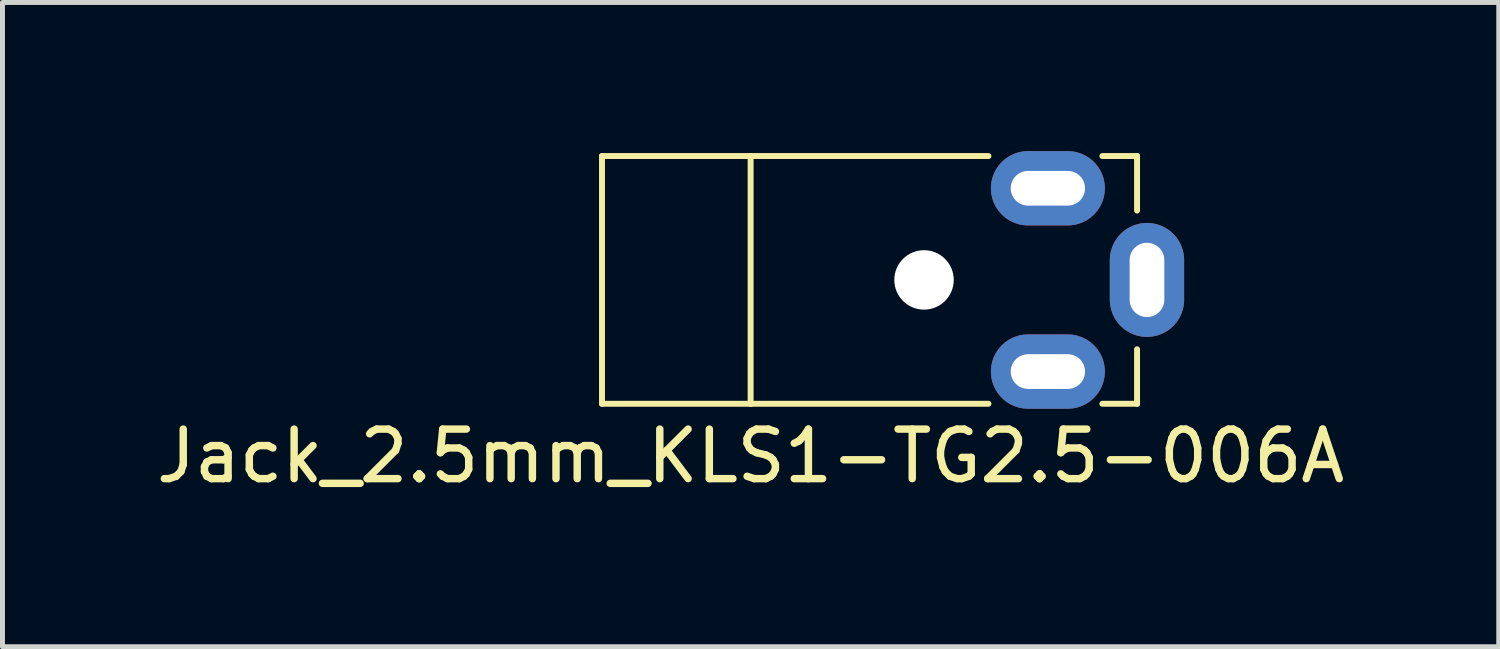
<source format=kicad_pcb>
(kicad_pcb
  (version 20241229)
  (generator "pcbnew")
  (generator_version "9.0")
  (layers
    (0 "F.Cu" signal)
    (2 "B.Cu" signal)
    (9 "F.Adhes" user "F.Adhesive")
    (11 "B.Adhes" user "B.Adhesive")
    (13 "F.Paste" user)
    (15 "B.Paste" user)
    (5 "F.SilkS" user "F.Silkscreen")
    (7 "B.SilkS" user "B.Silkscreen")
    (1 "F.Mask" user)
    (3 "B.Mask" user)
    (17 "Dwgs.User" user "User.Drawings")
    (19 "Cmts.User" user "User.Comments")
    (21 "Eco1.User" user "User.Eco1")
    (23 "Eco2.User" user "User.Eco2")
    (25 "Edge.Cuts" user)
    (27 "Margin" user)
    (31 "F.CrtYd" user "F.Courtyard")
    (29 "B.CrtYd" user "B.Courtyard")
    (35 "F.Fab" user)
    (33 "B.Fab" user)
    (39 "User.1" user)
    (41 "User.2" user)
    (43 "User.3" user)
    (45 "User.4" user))
  (footprint "Jack_2.5mm_KLS1-TG2.5-006A"
    (layer "F.Cu")
    (at 12.101 2.6)
    (property "Reference" "Jack_2.5mm_KLS1-TG2.5-006A" (at 0 3.556 0) (layer "F.SilkS") (effects (font (size 1 1) (thickness 0.15))))
    (attr through_hole)
    (fp_line (start -3 -2.5) (end -3 2.5) (stroke (width 0.12) (type solid)) (layer "F.SilkS"))
    (fp_line (start -3 2.5) (end 0 2.5) (stroke (width 0.12) (type solid)) (layer "F.SilkS"))
    (fp_line (start 0 -2.5) (end -3 -2.5) (stroke (width 0.12) (type solid)) (layer "F.SilkS"))
    (fp_line (start 0 -2.5) (end 0 2.5) (stroke (width 0.12) (type solid)) (layer "F.SilkS"))
    (fp_line (start 0 2.5) (end 4.8 2.5) (stroke (width 0.12) (type solid)) (layer "F.SilkS"))
    (fp_line (start 4.8 -2.5) (end 0 -2.5) (stroke (width 0.12) (type solid)) (layer "F.SilkS"))
    (fp_line (start 7.1 -2.5) (end 7.8 -2.5) (stroke (width 0.12) (type solid)) (layer "F.SilkS"))
    (fp_line (start 7.8 -2.5) (end 7.8 -1.4) (stroke (width 0.12) (type solid)) (layer "F.SilkS"))
    (fp_line (start 7.8 1.4) (end 7.8 2.5) (stroke (width 0.12) (type solid)) (layer "F.SilkS"))
    (fp_line (start 7.8 2.5) (end 7.1 2.5) (stroke (width 0.12) (type solid)) (layer "F.SilkS"))
    (pad "" np_thru_hole circle (at 3.5 0) (size 1.2 1.2) (drill 1.2) (layers "*.Cu" "*.Mask"))
    (pad "S" thru_hole oval (at 8 0) (size 1.5 2.3) (drill oval 0.7 1.5) (layers "*.Cu" "*.Mask"))
    (pad "T" thru_hole oval (at 6 -1.85) (size 2.3 1.5) (drill oval 1.5 0.7) (layers "*.Cu" "*.Mask"))
    (pad "TN" thru_hole oval (at 6 1.85) (size 2.3 1.5) (drill oval 1.5 0.7) (layers "*.Cu" "*.Mask")))
  (gr_rect
    (start -3 -3)
    (end 27.202 10.004)
    (stroke (width 0.1) (type default))
    (fill no)
    (layer "Edge.Cuts")))
</source>
